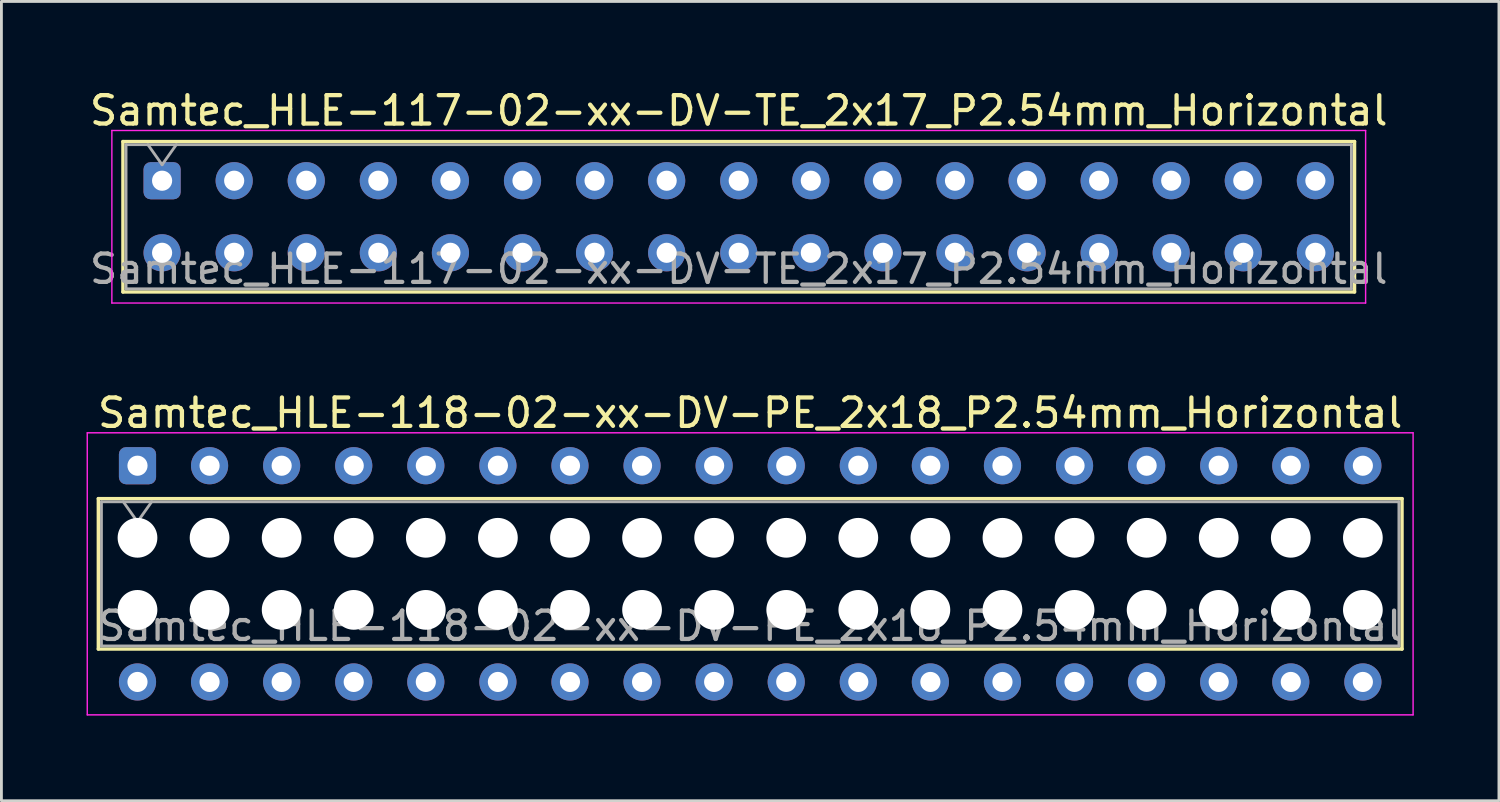
<source format=kicad_pcb>
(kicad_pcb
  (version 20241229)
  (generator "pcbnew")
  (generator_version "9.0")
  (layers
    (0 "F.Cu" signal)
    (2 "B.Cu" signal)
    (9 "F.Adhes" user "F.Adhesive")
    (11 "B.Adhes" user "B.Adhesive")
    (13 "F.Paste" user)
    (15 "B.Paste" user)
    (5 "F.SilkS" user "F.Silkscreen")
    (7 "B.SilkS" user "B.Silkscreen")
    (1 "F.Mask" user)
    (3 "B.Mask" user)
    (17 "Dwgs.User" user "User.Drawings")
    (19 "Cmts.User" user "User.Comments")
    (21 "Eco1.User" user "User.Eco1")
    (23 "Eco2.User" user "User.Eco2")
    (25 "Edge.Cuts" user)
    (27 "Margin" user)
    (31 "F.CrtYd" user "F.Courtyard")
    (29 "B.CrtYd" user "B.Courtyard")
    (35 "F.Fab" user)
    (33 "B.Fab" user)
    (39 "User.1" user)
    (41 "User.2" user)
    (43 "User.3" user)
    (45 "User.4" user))
  (footprint "Samtec_HLE-117-02-xx-DV-TE_2x17_P2.54mm_Horizontal"
    (layer "F.Cu")
    (at 2.662 3.318)
    (property "Reference" "Samtec_HLE-117-02-xx-DV-TE_2x17_P2.54mm_Horizontal" (at 20.32 -2.47 0) (layer "F.SilkS") (effects (font (size 1 1) (thickness 0.15))))
    (attr through_hole)
    (fp_line (start -1.38 -1.38) (end 42.02 -1.38) (stroke (width 0.12) (type solid)) (layer "F.SilkS"))
    (fp_line (start -1.38 3.92) (end -1.38 -1.38) (stroke (width 0.12) (type solid)) (layer "F.SilkS"))
    (fp_line (start 42.02 -1.38) (end 42.02 3.92) (stroke (width 0.12) (type solid)) (layer "F.SilkS"))
    (fp_line (start 42.02 3.92) (end -1.38 3.92) (stroke (width 0.12) (type solid)) (layer "F.SilkS"))
    (fp_line (start -1.77 -1.77) (end 42.41 -1.77) (stroke (width 0.05) (type solid)) (layer "F.CrtYd"))
    (fp_line (start -1.77 4.31) (end -1.77 -1.77) (stroke (width 0.05) (type solid)) (layer "F.CrtYd"))
    (fp_line (start 42.41 -1.77) (end 42.41 4.31) (stroke (width 0.05) (type solid)) (layer "F.CrtYd"))
    (fp_line (start 42.41 4.31) (end -1.77 4.31) (stroke (width 0.05) (type solid)) (layer "F.CrtYd"))
    (fp_line (start -1.27 -1.27) (end 41.91 -1.27) (stroke (width 0.1) (type solid)) (layer "F.Fab"))
    (fp_line (start -1.27 3.81) (end -1.27 -1.27) (stroke (width 0.1) (type solid)) (layer "F.Fab"))
    (fp_line (start -0.5 -1.27) (end 0 -0.563) (stroke (width 0.1) (type solid)) (layer "F.Fab"))
    (fp_line (start 0 -0.563) (end 0.5 -1.27) (stroke (width 0.1) (type solid)) (layer "F.Fab"))
    (fp_line (start 41.91 -1.27) (end 41.91 3.81) (stroke (width 0.1) (type solid)) (layer "F.Fab"))
    (fp_line (start 41.91 3.81) (end -1.27 3.81) (stroke (width 0.1) (type solid)) (layer "F.Fab"))
    (fp_text user "${REFERENCE}" (at 20.32 3.11 0) (layer "F.Fab") (effects (font (size 1 1) (thickness 0.15))))
    (pad "1" thru_hole roundrect (at 0 0) (size 1.31 1.31) (drill 0.71) (layers "*.Cu" "*.Mask") (roundrect_rratio 0.191))
    (pad "2" thru_hole circle (at 0 2.54) (size 1.31 1.31) (drill 0.71) (layers "*.Cu" "*.Mask"))
    (pad "3" thru_hole circle (at 2.54 0) (size 1.31 1.31) (drill 0.71) (layers "*.Cu" "*.Mask"))
    (pad "4" thru_hole circle (at 2.54 2.54) (size 1.31 1.31) (drill 0.71) (layers "*.Cu" "*.Mask"))
    (pad "5" thru_hole circle (at 5.08 0) (size 1.31 1.31) (drill 0.71) (layers "*.Cu" "*.Mask"))
    (pad "6" thru_hole circle (at 5.08 2.54) (size 1.31 1.31) (drill 0.71) (layers "*.Cu" "*.Mask"))
    (pad "7" thru_hole circle (at 7.62 0) (size 1.31 1.31) (drill 0.71) (layers "*.Cu" "*.Mask"))
    (pad "8" thru_hole circle (at 7.62 2.54) (size 1.31 1.31) (drill 0.71) (layers "*.Cu" "*.Mask"))
    (pad "9" thru_hole circle (at 10.16 0) (size 1.31 1.31) (drill 0.71) (layers "*.Cu" "*.Mask"))
    (pad "10" thru_hole circle (at 10.16 2.54) (size 1.31 1.31) (drill 0.71) (layers "*.Cu" "*.Mask"))
    (pad "11" thru_hole circle (at 12.7 0) (size 1.31 1.31) (drill 0.71) (layers "*.Cu" "*.Mask"))
    (pad "12" thru_hole circle (at 12.7 2.54) (size 1.31 1.31) (drill 0.71) (layers "*.Cu" "*.Mask"))
    (pad "13" thru_hole circle (at 15.24 0) (size 1.31 1.31) (drill 0.71) (layers "*.Cu" "*.Mask"))
    (pad "14" thru_hole circle (at 15.24 2.54) (size 1.31 1.31) (drill 0.71) (layers "*.Cu" "*.Mask"))
    (pad "15" thru_hole circle (at 17.78 0) (size 1.31 1.31) (drill 0.71) (layers "*.Cu" "*.Mask"))
    (pad "16" thru_hole circle (at 17.78 2.54) (size 1.31 1.31) (drill 0.71) (layers "*.Cu" "*.Mask"))
    (pad "17" thru_hole circle (at 20.32 0) (size 1.31 1.31) (drill 0.71) (layers "*.Cu" "*.Mask"))
    (pad "18" thru_hole circle (at 20.32 2.54) (size 1.31 1.31) (drill 0.71) (layers "*.Cu" "*.Mask"))
    (pad "19" thru_hole circle (at 22.86 0) (size 1.31 1.31) (drill 0.71) (layers "*.Cu" "*.Mask"))
    (pad "20" thru_hole circle (at 22.86 2.54) (size 1.31 1.31) (drill 0.71) (layers "*.Cu" "*.Mask"))
    (pad "21" thru_hole circle (at 25.4 0) (size 1.31 1.31) (drill 0.71) (layers "*.Cu" "*.Mask"))
    (pad "22" thru_hole circle (at 25.4 2.54) (size 1.31 1.31) (drill 0.71) (layers "*.Cu" "*.Mask"))
    (pad "23" thru_hole circle (at 27.94 0) (size 1.31 1.31) (drill 0.71) (layers "*.Cu" "*.Mask"))
    (pad "24" thru_hole circle (at 27.94 2.54) (size 1.31 1.31) (drill 0.71) (layers "*.Cu" "*.Mask"))
    (pad "25" thru_hole circle (at 30.48 0) (size 1.31 1.31) (drill 0.71) (layers "*.Cu" "*.Mask"))
    (pad "26" thru_hole circle (at 30.48 2.54) (size 1.31 1.31) (drill 0.71) (layers "*.Cu" "*.Mask"))
    (pad "27" thru_hole circle (at 33.02 0) (size 1.31 1.31) (drill 0.71) (layers "*.Cu" "*.Mask"))
    (pad "28" thru_hole circle (at 33.02 2.54) (size 1.31 1.31) (drill 0.71) (layers "*.Cu" "*.Mask"))
    (pad "29" thru_hole circle (at 35.56 0) (size 1.31 1.31) (drill 0.71) (layers "*.Cu" "*.Mask"))
    (pad "30" thru_hole circle (at 35.56 2.54) (size 1.31 1.31) (drill 0.71) (layers "*.Cu" "*.Mask"))
    (pad "31" thru_hole circle (at 38.1 0) (size 1.31 1.31) (drill 0.71) (layers "*.Cu" "*.Mask"))
    (pad "32" thru_hole circle (at 38.1 2.54) (size 1.31 1.31) (drill 0.71) (layers "*.Cu" "*.Mask"))
    (pad "33" thru_hole circle (at 40.64 0) (size 1.31 1.31) (drill 0.71) (layers "*.Cu" "*.Mask"))
    (pad "34" thru_hole circle (at 40.64 2.54) (size 1.31 1.31) (drill 0.71) (layers "*.Cu" "*.Mask")))
  (footprint "Samtec_HLE-118-02-xx-DV-PE_2x18_P2.54mm_Horizontal"
    (layer "F.Cu")
    (at 1.795 13.361)
    (property "Reference" "Samtec_HLE-118-02-xx-DV-PE_2x18_P2.54mm_Horizontal" (at 21.59 -1.86 0) (layer "F.SilkS") (effects (font (size 1 1) (thickness 0.15))))
    (attr through_hole)
    (fp_line (start -1.38 1.16) (end 44.56 1.16) (stroke (width 0.12) (type solid)) (layer "F.SilkS"))
    (fp_line (start -1.38 6.46) (end -1.38 1.16) (stroke (width 0.12) (type solid)) (layer "F.SilkS"))
    (fp_line (start 44.56 1.16) (end 44.56 6.46) (stroke (width 0.12) (type solid)) (layer "F.SilkS"))
    (fp_line (start 44.56 6.46) (end -1.38 6.46) (stroke (width 0.12) (type solid)) (layer "F.SilkS"))
    (fp_line (start -1.77 -1.16) (end 44.95 -1.16) (stroke (width 0.05) (type solid)) (layer "F.CrtYd"))
    (fp_line (start -1.77 8.78) (end -1.77 -1.16) (stroke (width 0.05) (type solid)) (layer "F.CrtYd"))
    (fp_line (start 44.95 -1.16) (end 44.95 8.78) (stroke (width 0.05) (type solid)) (layer "F.CrtYd"))
    (fp_line (start 44.95 8.78) (end -1.77 8.78) (stroke (width 0.05) (type solid)) (layer "F.CrtYd"))
    (fp_line (start -1.27 1.27) (end 44.45 1.27) (stroke (width 0.1) (type solid)) (layer "F.Fab"))
    (fp_line (start -1.27 6.35) (end -1.27 1.27) (stroke (width 0.1) (type solid)) (layer "F.Fab"))
    (fp_line (start -0.5 1.27) (end 0 1.977) (stroke (width 0.1) (type solid)) (layer "F.Fab"))
    (fp_line (start 0 1.977) (end 0.5 1.27) (stroke (width 0.1) (type solid)) (layer "F.Fab"))
    (fp_line (start 44.45 1.27) (end 44.45 6.35) (stroke (width 0.1) (type solid)) (layer "F.Fab"))
    (fp_line (start 44.45 6.35) (end -1.27 6.35) (stroke (width 0.1) (type solid)) (layer "F.Fab"))
    (fp_text user "${REFERENCE}" (at 21.59 5.65 0) (layer "F.Fab") (effects (font (size 1 1) (thickness 0.15))))
    (pad "" np_thru_hole circle (at 0 2.54) (size 1.4 1.4) (drill 1.4) (layers "*.Cu" "*.Mask"))
    (pad "" np_thru_hole circle (at 0 5.08) (size 1.4 1.4) (drill 1.4) (layers "*.Cu" "*.Mask"))
    (pad "" np_thru_hole circle (at 2.54 2.54) (size 1.4 1.4) (drill 1.4) (layers "*.Cu" "*.Mask"))
    (pad "" np_thru_hole circle (at 2.54 5.08) (size 1.4 1.4) (drill 1.4) (layers "*.Cu" "*.Mask"))
    (pad "" np_thru_hole circle (at 5.08 2.54) (size 1.4 1.4) (drill 1.4) (layers "*.Cu" "*.Mask"))
    (pad "" np_thru_hole circle (at 5.08 5.08) (size 1.4 1.4) (drill 1.4) (layers "*.Cu" "*.Mask"))
    (pad "" np_thru_hole circle (at 7.62 2.54) (size 1.4 1.4) (drill 1.4) (layers "*.Cu" "*.Mask"))
    (pad "" np_thru_hole circle (at 7.62 5.08) (size 1.4 1.4) (drill 1.4) (layers "*.Cu" "*.Mask"))
    (pad "" np_thru_hole circle (at 10.16 2.54) (size 1.4 1.4) (drill 1.4) (layers "*.Cu" "*.Mask"))
    (pad "" np_thru_hole circle (at 10.16 5.08) (size 1.4 1.4) (drill 1.4) (layers "*.Cu" "*.Mask"))
    (pad "" np_thru_hole circle (at 12.7 2.54) (size 1.4 1.4) (drill 1.4) (layers "*.Cu" "*.Mask"))
    (pad "" np_thru_hole circle (at 12.7 5.08) (size 1.4 1.4) (drill 1.4) (layers "*.Cu" "*.Mask"))
    (pad "" np_thru_hole circle (at 15.24 2.54) (size 1.4 1.4) (drill 1.4) (layers "*.Cu" "*.Mask"))
    (pad "" np_thru_hole circle (at 15.24 5.08) (size 1.4 1.4) (drill 1.4) (layers "*.Cu" "*.Mask"))
    (pad "" np_thru_hole circle (at 17.78 2.54) (size 1.4 1.4) (drill 1.4) (layers "*.Cu" "*.Mask"))
    (pad "" np_thru_hole circle (at 17.78 5.08) (size 1.4 1.4) (drill 1.4) (layers "*.Cu" "*.Mask"))
    (pad "" np_thru_hole circle (at 20.32 2.54) (size 1.4 1.4) (drill 1.4) (layers "*.Cu" "*.Mask"))
    (pad "" np_thru_hole circle (at 20.32 5.08) (size 1.4 1.4) (drill 1.4) (layers "*.Cu" "*.Mask"))
    (pad "" np_thru_hole circle (at 22.86 2.54) (size 1.4 1.4) (drill 1.4) (layers "*.Cu" "*.Mask"))
    (pad "" np_thru_hole circle (at 22.86 5.08) (size 1.4 1.4) (drill 1.4) (layers "*.Cu" "*.Mask"))
    (pad "" np_thru_hole circle (at 25.4 2.54) (size 1.4 1.4) (drill 1.4) (layers "*.Cu" "*.Mask"))
    (pad "" np_thru_hole circle (at 25.4 5.08) (size 1.4 1.4) (drill 1.4) (layers "*.Cu" "*.Mask"))
    (pad "" np_thru_hole circle (at 27.94 2.54) (size 1.4 1.4) (drill 1.4) (layers "*.Cu" "*.Mask"))
    (pad "" np_thru_hole circle (at 27.94 5.08) (size 1.4 1.4) (drill 1.4) (layers "*.Cu" "*.Mask"))
    (pad "" np_thru_hole circle (at 30.48 2.54) (size 1.4 1.4) (drill 1.4) (layers "*.Cu" "*.Mask"))
    (pad "" np_thru_hole circle (at 30.48 5.08) (size 1.4 1.4) (drill 1.4) (layers "*.Cu" "*.Mask"))
    (pad "" np_thru_hole circle (at 33.02 2.54) (size 1.4 1.4) (drill 1.4) (layers "*.Cu" "*.Mask"))
    (pad "" np_thru_hole circle (at 33.02 5.08) (size 1.4 1.4) (drill 1.4) (layers "*.Cu" "*.Mask"))
    (pad "" np_thru_hole circle (at 35.56 2.54) (size 1.4 1.4) (drill 1.4) (layers "*.Cu" "*.Mask"))
    (pad "" np_thru_hole circle (at 35.56 5.08) (size 1.4 1.4) (drill 1.4) (layers "*.Cu" "*.Mask"))
    (pad "" np_thru_hole circle (at 38.1 2.54) (size 1.4 1.4) (drill 1.4) (layers "*.Cu" "*.Mask"))
    (pad "" np_thru_hole circle (at 38.1 5.08) (size 1.4 1.4) (drill 1.4) (layers "*.Cu" "*.Mask"))
    (pad "" np_thru_hole circle (at 40.64 2.54) (size 1.4 1.4) (drill 1.4) (layers "*.Cu" "*.Mask"))
    (pad "" np_thru_hole circle (at 40.64 5.08) (size 1.4 1.4) (drill 1.4) (layers "*.Cu" "*.Mask"))
    (pad "" np_thru_hole circle (at 43.18 2.54) (size 1.4 1.4) (drill 1.4) (layers "*.Cu" "*.Mask"))
    (pad "" np_thru_hole circle (at 43.18 5.08) (size 1.4 1.4) (drill 1.4) (layers "*.Cu" "*.Mask"))
    (pad "1" thru_hole roundrect (at 0 0) (size 1.31 1.31) (drill 0.71) (layers "*.Cu" "*.Mask") (roundrect_rratio 0.191))
    (pad "2" thru_hole circle (at 0 7.62) (size 1.31 1.31) (drill 0.71) (layers "*.Cu" "*.Mask"))
    (pad "3" thru_hole circle (at 2.54 0) (size 1.31 1.31) (drill 0.71) (layers "*.Cu" "*.Mask"))
    (pad "4" thru_hole circle (at 2.54 7.62) (size 1.31 1.31) (drill 0.71) (layers "*.Cu" "*.Mask"))
    (pad "5" thru_hole circle (at 5.08 0) (size 1.31 1.31) (drill 0.71) (layers "*.Cu" "*.Mask"))
    (pad "6" thru_hole circle (at 5.08 7.62) (size 1.31 1.31) (drill 0.71) (layers "*.Cu" "*.Mask"))
    (pad "7" thru_hole circle (at 7.62 0) (size 1.31 1.31) (drill 0.71) (layers "*.Cu" "*.Mask"))
    (pad "8" thru_hole circle (at 7.62 7.62) (size 1.31 1.31) (drill 0.71) (layers "*.Cu" "*.Mask"))
    (pad "9" thru_hole circle (at 10.16 0) (size 1.31 1.31) (drill 0.71) (layers "*.Cu" "*.Mask"))
    (pad "10" thru_hole circle (at 10.16 7.62) (size 1.31 1.31) (drill 0.71) (layers "*.Cu" "*.Mask"))
    (pad "11" thru_hole circle (at 12.7 0) (size 1.31 1.31) (drill 0.71) (layers "*.Cu" "*.Mask"))
    (pad "12" thru_hole circle (at 12.7 7.62) (size 1.31 1.31) (drill 0.71) (layers "*.Cu" "*.Mask"))
    (pad "13" thru_hole circle (at 15.24 0) (size 1.31 1.31) (drill 0.71) (layers "*.Cu" "*.Mask"))
    (pad "14" thru_hole circle (at 15.24 7.62) (size 1.31 1.31) (drill 0.71) (layers "*.Cu" "*.Mask"))
    (pad "15" thru_hole circle (at 17.78 0) (size 1.31 1.31) (drill 0.71) (layers "*.Cu" "*.Mask"))
    (pad "16" thru_hole circle (at 17.78 7.62) (size 1.31 1.31) (drill 0.71) (layers "*.Cu" "*.Mask"))
    (pad "17" thru_hole circle (at 20.32 0) (size 1.31 1.31) (drill 0.71) (layers "*.Cu" "*.Mask"))
    (pad "18" thru_hole circle (at 20.32 7.62) (size 1.31 1.31) (drill 0.71) (layers "*.Cu" "*.Mask"))
    (pad "19" thru_hole circle (at 22.86 0) (size 1.31 1.31) (drill 0.71) (layers "*.Cu" "*.Mask"))
    (pad "20" thru_hole circle (at 22.86 7.62) (size 1.31 1.31) (drill 0.71) (layers "*.Cu" "*.Mask"))
    (pad "21" thru_hole circle (at 25.4 0) (size 1.31 1.31) (drill 0.71) (layers "*.Cu" "*.Mask"))
    (pad "22" thru_hole circle (at 25.4 7.62) (size 1.31 1.31) (drill 0.71) (layers "*.Cu" "*.Mask"))
    (pad "23" thru_hole circle (at 27.94 0) (size 1.31 1.31) (drill 0.71) (layers "*.Cu" "*.Mask"))
    (pad "24" thru_hole circle (at 27.94 7.62) (size 1.31 1.31) (drill 0.71) (layers "*.Cu" "*.Mask"))
    (pad "25" thru_hole circle (at 30.48 0) (size 1.31 1.31) (drill 0.71) (layers "*.Cu" "*.Mask"))
    (pad "26" thru_hole circle (at 30.48 7.62) (size 1.31 1.31) (drill 0.71) (layers "*.Cu" "*.Mask"))
    (pad "27" thru_hole circle (at 33.02 0) (size 1.31 1.31) (drill 0.71) (layers "*.Cu" "*.Mask"))
    (pad "28" thru_hole circle (at 33.02 7.62) (size 1.31 1.31) (drill 0.71) (layers "*.Cu" "*.Mask"))
    (pad "29" thru_hole circle (at 35.56 0) (size 1.31 1.31) (drill 0.71) (layers "*.Cu" "*.Mask"))
    (pad "30" thru_hole circle (at 35.56 7.62) (size 1.31 1.31) (drill 0.71) (layers "*.Cu" "*.Mask"))
    (pad "31" thru_hole circle (at 38.1 0) (size 1.31 1.31) (drill 0.71) (layers "*.Cu" "*.Mask"))
    (pad "32" thru_hole circle (at 38.1 7.62) (size 1.31 1.31) (drill 0.71) (layers "*.Cu" "*.Mask"))
    (pad "33" thru_hole circle (at 40.64 0) (size 1.31 1.31) (drill 0.71) (layers "*.Cu" "*.Mask"))
    (pad "34" thru_hole circle (at 40.64 7.62) (size 1.31 1.31) (drill 0.71) (layers "*.Cu" "*.Mask"))
    (pad "35" thru_hole circle (at 43.18 0) (size 1.31 1.31) (drill 0.71) (layers "*.Cu" "*.Mask"))
    (pad "36" thru_hole circle (at 43.18 7.62) (size 1.31 1.31) (drill 0.71) (layers "*.Cu" "*.Mask")))
  (gr_rect
    (start -3 -3)
    (end 49.77 25.166)
    (stroke (width 0.1) (type default))
    (fill no)
    (layer "Edge.Cuts")))
</source>
